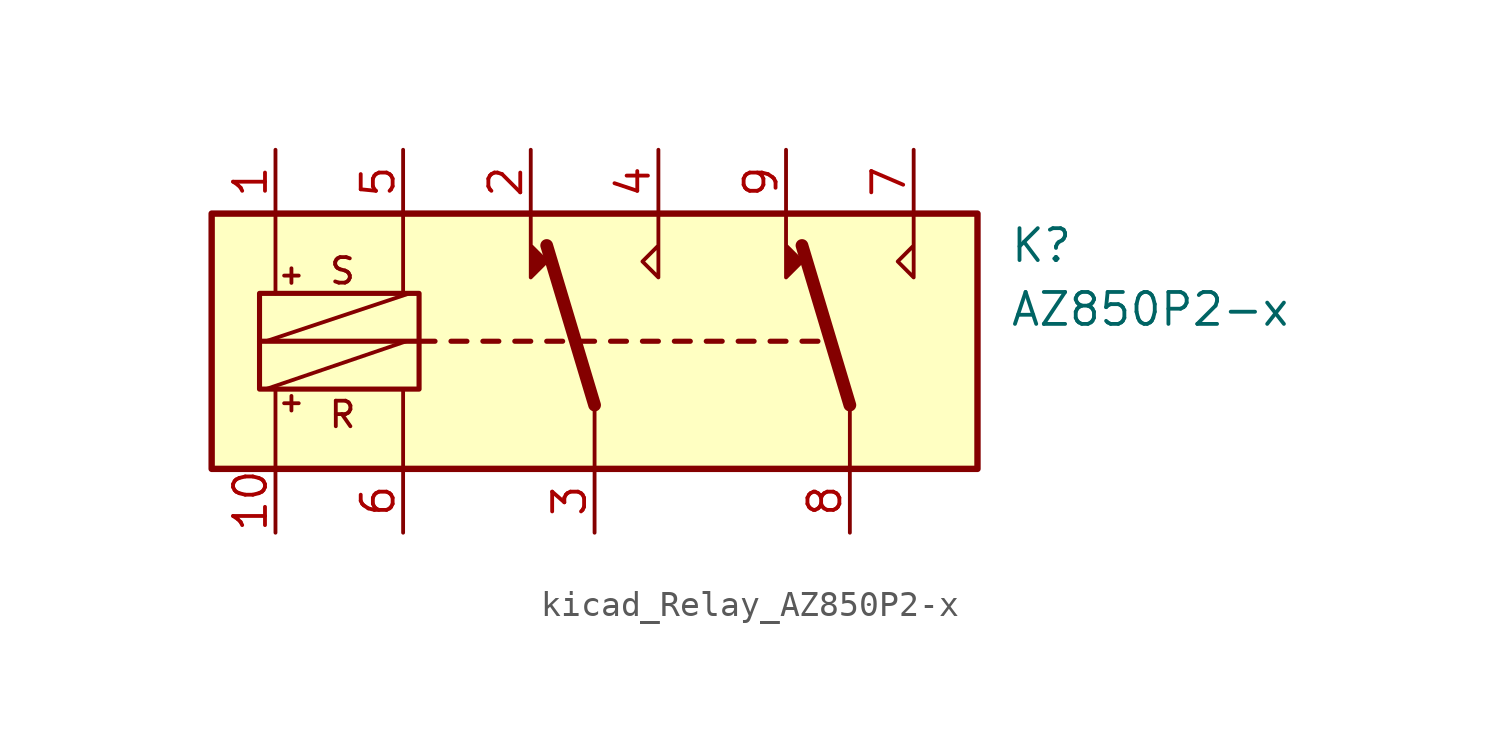
<source format=kicad_sym>
(kicad_symbol_lib
  (version 20220914)
  (generator kicad_symbol_editor)
  (symbol "kicad_Relay_AZ850P2-x"
    (property "Reference" "K"
      (at 16.51 3.81 0)
      (effects (font (size 1.27 1.27)) (justify left)))
    (property "Value" "AZ850P2-x"
      (at 16.51 1.27 0)
      (effects (font (size 1.27 1.27)) (justify left)))
    (symbol "kicad_Relay_AZ850P2-x_0_0"
      (polyline (pts (xy -2.54 5.08) (xy -2.54 2.54) (xy -1.905 3.175) (xy -2.54 3.81)) (stroke (width 0) (type default)) (fill (type outline)))
      (polyline (pts (xy 2.54 5.08) (xy 2.54 2.54) (xy 1.905 3.175) (xy 2.54 3.81)) (stroke (width 0) (type default)) (fill (type none)))
      (polyline (pts (xy 7.62 5.08) (xy 7.62 2.54) (xy 8.255 3.175) (xy 7.62 3.81)) (stroke (width 0) (type default)) (fill (type outline)))
      (polyline (pts (xy 12.7 5.08) (xy 12.7 2.54) (xy 12.065 3.175) (xy 12.7 3.81)) (stroke (width 0) (type default)) (fill (type none)))
      (text "+" (at -12.065 -2.413 0) (effects (font (size 0.762 0.762))))
      (text "+" (at -12.065 2.667 0) (effects (font (size 0.762 0.762))))
      (text "R" (at -10.033 -2.921 0) (effects (font (size 1.016 1.016))))
      (text "S" (at -10.033 2.794 0) (effects (font (size 1.016 1.016)))))
    (symbol "kicad_Relay_AZ850P2-x_0_1"
      (rectangle (start -15.24 5.08) (end 15.24 -5.08) (stroke (width 0.254) (type default)) (fill (type background)))
      (rectangle (start -13.335 1.905) (end -6.985 -1.905) (stroke (width 0.203) (type default)) (fill (type none)))
      (polyline (pts (xy -13.335 0) (xy -6.35 0)) (stroke (width 0.203) (type default)) (fill (type none)))
      (polyline (pts (xy -13.081 -1.905) (xy -7.493 0)) (stroke (width 0) (type default)) (fill (type none)))
      (polyline (pts (xy -13.081 0) (xy -7.366 1.905)) (stroke (width 0) (type default)) (fill (type none)))
      (polyline (pts (xy -12.7 -5.08) (xy -12.7 -1.905)) (stroke (width 0) (type default)) (fill (type none)))
      (polyline (pts (xy -12.7 5.08) (xy -12.7 1.905)) (stroke (width 0) (type default)) (fill (type none)))
      (polyline (pts (xy -7.62 -5.08) (xy -7.62 -1.905)) (stroke (width 0) (type default)) (fill (type none)))
      (polyline (pts (xy -7.62 5.08) (xy -7.62 1.905)) (stroke (width 0) (type default)) (fill (type none)))
      (polyline (pts (xy -5.715 0) (xy -5.08 0)) (stroke (width 0.203) (type default)) (fill (type none)))
      (polyline (pts (xy -4.445 0) (xy -3.81 0)) (stroke (width 0.203) (type default)) (fill (type none)))
      (polyline (pts (xy -3.175 0) (xy -2.54 0)) (stroke (width 0.203) (type default)) (fill (type none)))
      (polyline (pts (xy -1.905 0) (xy -1.27 0)) (stroke (width 0.203) (type default)) (fill (type none)))
      (polyline (pts (xy -0.635 0) (xy 0 0)) (stroke (width 0.203) (type default)) (fill (type none)))
      (polyline (pts (xy 0 -2.54) (xy -1.905 3.81)) (stroke (width 0.508) (type default)) (fill (type none)))
      (polyline (pts (xy 0 -2.54) (xy 0 -5.08)) (stroke (width 0) (type default)) (fill (type none)))
      (polyline (pts (xy 0.635 0) (xy 1.27 0)) (stroke (width 0.203) (type default)) (fill (type none)))
      (polyline (pts (xy 1.905 0) (xy 2.54 0)) (stroke (width 0.203) (type default)) (fill (type none)))
      (polyline (pts (xy 3.175 0) (xy 3.81 0)) (stroke (width 0.203) (type default)) (fill (type none)))
      (polyline (pts (xy 4.445 0) (xy 5.08 0)) (stroke (width 0.203) (type default)) (fill (type none)))
      (polyline (pts (xy 5.715 0) (xy 6.35 0)) (stroke (width 0.203) (type default)) (fill (type none)))
      (polyline (pts (xy 6.985 0) (xy 7.62 0)) (stroke (width 0.203) (type default)) (fill (type none)))
      (polyline (pts (xy 8.255 0) (xy 8.89 0)) (stroke (width 0.203) (type default)) (fill (type none)))
      (polyline (pts (xy 10.16 -2.54) (xy 8.255 3.81)) (stroke (width 0.508) (type default)) (fill (type none)))
      (polyline (pts (xy 10.16 -2.54) (xy 10.16 -5.08)) (stroke (width 0) (type default)) (fill (type none))))
    (symbol "kicad_Relay_AZ850P2-x_1_1"
      (pin passive line (at -12.7 7.62 270) (length 2.54) (name "~" (effects (font (size 1.27 1.27)))) (number "1" (effects (font (size 1.27 1.27)))))
      (pin passive line (at -12.7 -7.62 90) (length 2.54) (name "~" (effects (font (size 1.27 1.27)))) (number "10" (effects (font (size 1.27 1.27)))))
      (pin passive line (at -2.54 7.62 270) (length 2.54) (name "~" (effects (font (size 1.27 1.27)))) (number "2" (effects (font (size 1.27 1.27)))))
      (pin passive line (at 0 -7.62 90) (length 2.54) (name "~" (effects (font (size 1.27 1.27)))) (number "3" (effects (font (size 1.27 1.27)))))
      (pin passive line (at 2.54 7.62 270) (length 2.54) (name "~" (effects (font (size 1.27 1.27)))) (number "4" (effects (font (size 1.27 1.27)))))
      (pin passive line (at -7.62 7.62 270) (length 2.54) (name "~" (effects (font (size 1.27 1.27)))) (number "5" (effects (font (size 1.27 1.27)))))
      (pin passive line (at -7.62 -7.62 90) (length 2.54) (name "~" (effects (font (size 1.27 1.27)))) (number "6" (effects (font (size 1.27 1.27)))))
      (pin passive line (at 12.7 7.62 270) (length 2.54) (name "~" (effects (font (size 1.27 1.27)))) (number "7" (effects (font (size 1.27 1.27)))))
      (pin passive line (at 10.16 -7.62 90) (length 2.54) (name "~" (effects (font (size 1.27 1.27)))) (number "8" (effects (font (size 1.27 1.27)))))
      (pin passive line (at 7.62 7.62 270) (length 2.54) (name "~" (effects (font (size 1.27 1.27)))) (number "9" (effects (font (size 1.27 1.27))))))))
</source>
